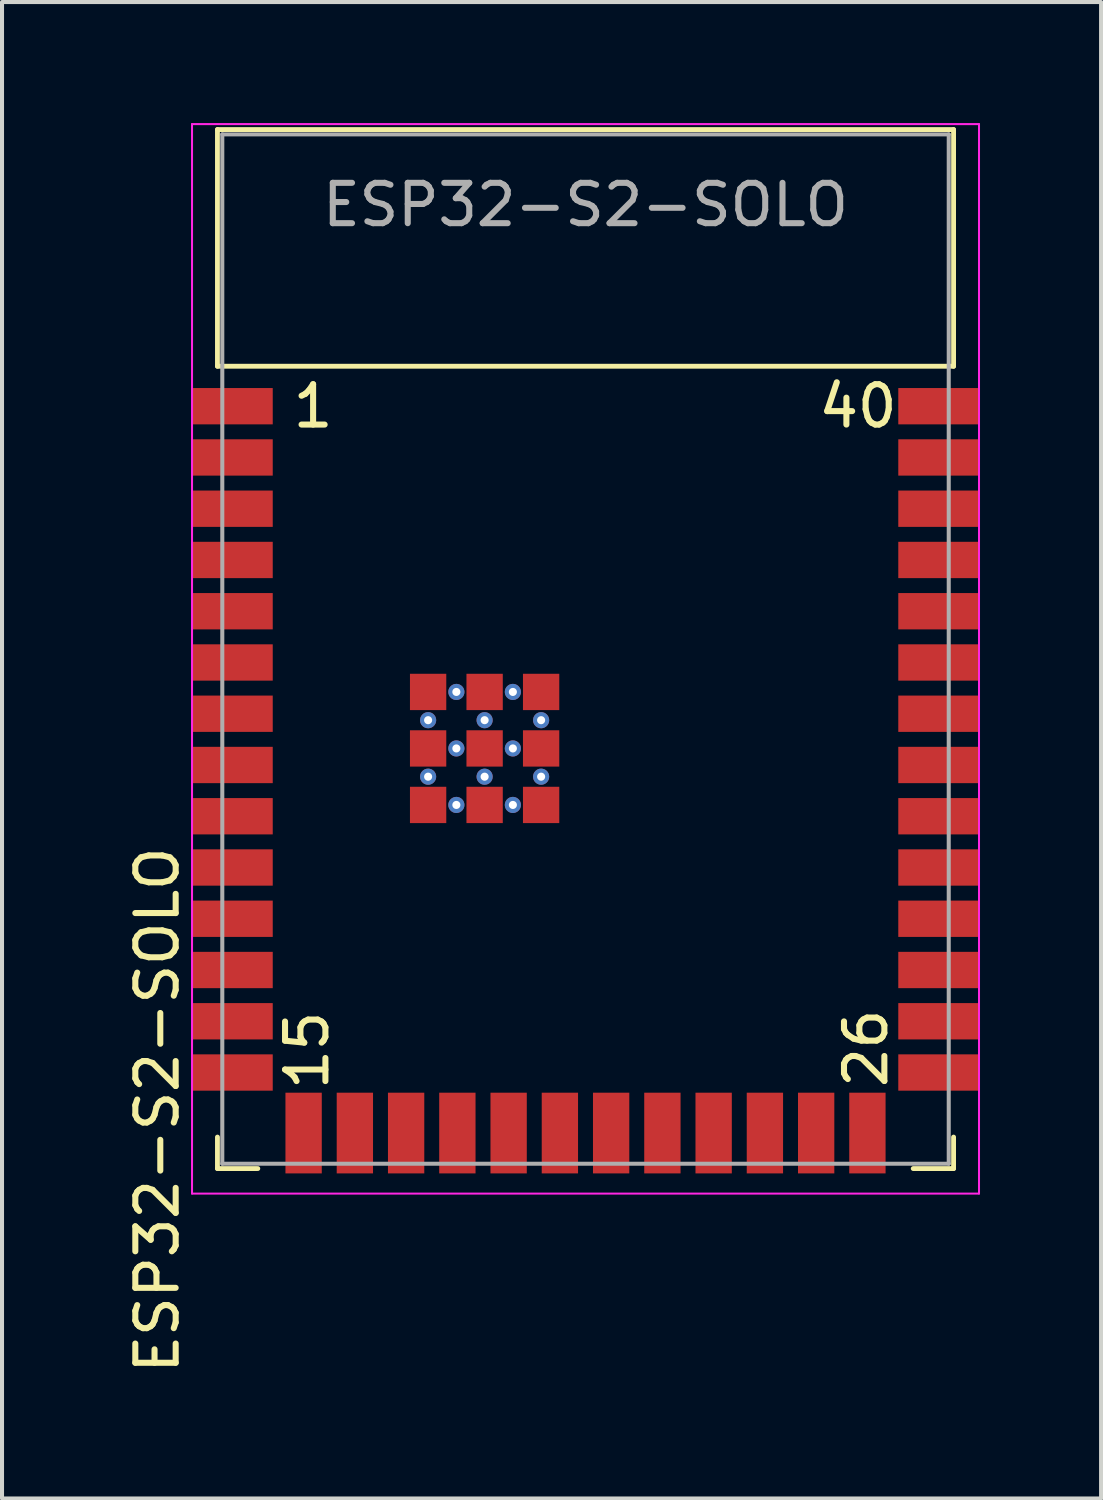
<source format=kicad_pcb>
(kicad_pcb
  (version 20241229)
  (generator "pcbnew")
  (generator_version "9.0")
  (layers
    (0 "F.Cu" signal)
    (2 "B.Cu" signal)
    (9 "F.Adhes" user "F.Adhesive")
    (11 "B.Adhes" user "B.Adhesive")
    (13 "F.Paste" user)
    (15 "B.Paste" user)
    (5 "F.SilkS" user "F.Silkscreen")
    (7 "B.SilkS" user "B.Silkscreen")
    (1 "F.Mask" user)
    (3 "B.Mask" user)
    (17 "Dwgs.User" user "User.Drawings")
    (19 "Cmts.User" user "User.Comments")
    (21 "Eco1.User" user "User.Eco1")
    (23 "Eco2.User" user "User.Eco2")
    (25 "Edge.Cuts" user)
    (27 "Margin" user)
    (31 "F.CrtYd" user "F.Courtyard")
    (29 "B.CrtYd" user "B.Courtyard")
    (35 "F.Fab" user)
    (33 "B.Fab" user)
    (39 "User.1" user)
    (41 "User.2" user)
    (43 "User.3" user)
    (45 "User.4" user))
  (footprint "ESP32-S2-SOLO"
    (layer "F.Cu")
    (at 11.458 16.025)
    (property "Reference" "ESP32-S2-SOLO" (at -10.61 8.43 90) (layer "F.SilkS") (effects (font (size 1 1) (thickness 0.15))))
    (attr smd)
    (fp_line (start -9.12 -15.865) (end -9.12 -10) (stroke (width 0.12) (type solid)) (layer "F.SilkS"))
    (fp_line (start -9.12 -15.865) (end 9.12 -15.865) (stroke (width 0.12) (type solid)) (layer "F.SilkS"))
    (fp_line (start -9.12 9.1) (end -9.12 9.88) (stroke (width 0.12) (type solid)) (layer "F.SilkS"))
    (fp_line (start -9.12 9.88) (end -8.12 9.88) (stroke (width 0.12) (type solid)) (layer "F.SilkS"))
    (fp_line (start 9.12 -15.865) (end 9.12 -10) (stroke (width 0.12) (type solid)) (layer "F.SilkS"))
    (fp_line (start 9.12 -10) (end -9.12 -10) (stroke (width 0.12) (type solid)) (layer "F.SilkS"))
    (fp_line (start 9.12 9.1) (end 9.12 9.88) (stroke (width 0.12) (type solid)) (layer "F.SilkS"))
    (fp_line (start 9.12 9.88) (end 8.12 9.88) (stroke (width 0.12) (type solid)) (layer "F.SilkS"))
    (fp_line (start -9.75 -16) (end 9.75 -16) (stroke (width 0.05) (type solid)) (layer "F.CrtYd"))
    (fp_line (start -9.75 10.5) (end -9.75 -16) (stroke (width 0.05) (type solid)) (layer "F.CrtYd"))
    (fp_line (start -9.75 10.5) (end 9.75 10.5) (stroke (width 0.05) (type solid)) (layer "F.CrtYd"))
    (fp_line (start 9.75 -16) (end 9.75 10.5) (stroke (width 0.05) (type solid)) (layer "F.CrtYd"))
    (fp_line (start -9 -15.745) (end -9 9.76) (stroke (width 0.1) (type solid)) (layer "F.Fab"))
    (fp_line (start -9 -15.745) (end 9 -15.745) (stroke (width 0.1) (type solid)) (layer "F.Fab"))
    (fp_line (start -9 9.76) (end 9 9.76) (stroke (width 0.1) (type solid)) (layer "F.Fab"))
    (fp_line (start 9 9.76) (end 9 -15.745) (stroke (width 0.1) (type solid)) (layer "F.Fab"))
    (fp_text user "40" (at 6.75 -9.01 0) (layer "F.SilkS") (effects (font (size 1 1) (thickness 0.15))))
    (fp_text user "1" (at -6.75 -9.01 0) (layer "F.SilkS") (effects (font (size 1 1) (thickness 0.15))))
    (fp_text user "26" (at 6.95 6.9 90) (layer "F.SilkS") (effects (font (size 1 1) (thickness 0.15))))
    (fp_text user "15" (at -6.9 6.95 90) (layer "F.SilkS") (effects (font (size 1 1) (thickness 0.15))))
    (fp_text user "${REFERENCE}" (at 0 -14 0) (layer "F.Fab") (effects (font (size 1 1) (thickness 0.15))))
    (pad "" thru_hole circle (at -3.9 -1.23) (size 0.4 0.4) (drill 0.2) (layers "*.Cu" "*.Mask"))
    (pad "" thru_hole circle (at -3.9 0.17) (size 0.4 0.4) (drill 0.2) (layers "*.Cu" "*.Mask"))
    (pad "" thru_hole circle (at -3.2 -1.93) (size 0.4 0.4) (drill 0.2) (layers "*.Cu" "*.Mask"))
    (pad "" thru_hole circle (at -3.2 -0.53) (size 0.4 0.4) (drill 0.2) (layers "*.Cu" "*.Mask"))
    (pad "" thru_hole circle (at -3.2 0.87) (size 0.4 0.4) (drill 0.2) (layers "*.Cu" "*.Mask"))
    (pad "" thru_hole circle (at -2.5 -1.23) (size 0.4 0.4) (drill 0.2) (layers "*.Cu" "*.Mask"))
    (pad "" thru_hole circle (at -2.5 0.17) (size 0.4 0.4) (drill 0.2) (layers "*.Cu" "*.Mask"))
    (pad "" thru_hole circle (at -1.8 -1.93) (size 0.4 0.4) (drill 0.2) (layers "*.Cu" "*.Mask"))
    (pad "" thru_hole circle (at -1.8 -0.53) (size 0.4 0.4) (drill 0.2) (layers "*.Cu" "*.Mask"))
    (pad "" thru_hole circle (at -1.8 0.87) (size 0.4 0.4) (drill 0.2) (layers "*.Cu" "*.Mask"))
    (pad "" thru_hole circle (at -1.1 -1.23) (size 0.4 0.4) (drill 0.2) (layers "*.Cu" "*.Mask"))
    (pad "" thru_hole circle (at -1.1 0.17) (size 0.4 0.4) (drill 0.2) (layers "*.Cu" "*.Mask"))
    (pad "1" smd rect (at -8.75 -9.01) (size 2 0.9) (layers "F.Cu" "F.Mask" "F.Paste"))
    (pad "2" smd rect (at -8.75 -7.74) (size 2 0.9) (layers "F.Cu" "F.Mask" "F.Paste"))
    (pad "3" smd rect (at -8.75 -6.47) (size 2 0.9) (layers "F.Cu" "F.Mask" "F.Paste"))
    (pad "4" smd rect (at -8.75 -5.2) (size 2 0.9) (layers "F.Cu" "F.Mask" "F.Paste"))
    (pad "5" smd rect (at -8.75 -3.93) (size 2 0.9) (layers "F.Cu" "F.Mask" "F.Paste"))
    (pad "6" smd rect (at -8.75 -2.66) (size 2 0.9) (layers "F.Cu" "F.Mask" "F.Paste"))
    (pad "7" smd rect (at -8.75 -1.39) (size 2 0.9) (layers "F.Cu" "F.Mask" "F.Paste"))
    (pad "8" smd rect (at -8.75 -0.12) (size 2 0.9) (layers "F.Cu" "F.Mask" "F.Paste"))
    (pad "9" smd rect (at -8.75 1.15) (size 2 0.9) (layers "F.Cu" "F.Mask" "F.Paste"))
    (pad "10" smd rect (at -8.75 2.42) (size 2 0.9) (layers "F.Cu" "F.Mask" "F.Paste"))
    (pad "11" smd rect (at -8.75 3.69) (size 2 0.9) (layers "F.Cu" "F.Mask" "F.Paste"))
    (pad "12" smd rect (at -8.75 4.96) (size 2 0.9) (layers "F.Cu" "F.Mask" "F.Paste"))
    (pad "13" smd rect (at -8.75 6.23) (size 2 0.9) (layers "F.Cu" "F.Mask" "F.Paste"))
    (pad "14" smd rect (at -8.75 7.5) (size 2 0.9) (layers "F.Cu" "F.Mask" "F.Paste"))
    (pad "15" smd rect (at -6.985 9 90) (size 2 0.9) (layers "F.Cu" "F.Mask" "F.Paste"))
    (pad "16" smd rect (at -5.715 9 90) (size 2 0.9) (layers "F.Cu" "F.Mask" "F.Paste"))
    (pad "17" smd rect (at -4.445 9 90) (size 2 0.9) (layers "F.Cu" "F.Mask" "F.Paste"))
    (pad "18" smd rect (at -3.175 9 90) (size 2 0.9) (layers "F.Cu" "F.Mask" "F.Paste"))
    (pad "19" smd rect (at -1.905 9 90) (size 2 0.9) (layers "F.Cu" "F.Mask" "F.Paste"))
    (pad "20" smd rect (at -0.635 9 90) (size 2 0.9) (layers "F.Cu" "F.Mask" "F.Paste"))
    (pad "21" smd rect (at 0.635 9 90) (size 2 0.9) (layers "F.Cu" "F.Mask" "F.Paste"))
    (pad "22" smd rect (at 1.905 9 90) (size 2 0.9) (layers "F.Cu" "F.Mask" "F.Paste"))
    (pad "23" smd rect (at 3.175 9 90) (size 2 0.9) (layers "F.Cu" "F.Mask" "F.Paste"))
    (pad "24" smd rect (at 4.445 9 90) (size 2 0.9) (layers "F.Cu" "F.Mask" "F.Paste"))
    (pad "25" smd rect (at 5.715 9 90) (size 2 0.9) (layers "F.Cu" "F.Mask" "F.Paste"))
    (pad "26" smd rect (at 6.985 9 90) (size 2 0.9) (layers "F.Cu" "F.Mask" "F.Paste"))
    (pad "27" smd rect (at 8.75 7.5) (size 2 0.9) (layers "F.Cu" "F.Mask" "F.Paste"))
    (pad "28" smd rect (at 8.75 6.23) (size 2 0.9) (layers "F.Cu" "F.Mask" "F.Paste"))
    (pad "29" smd rect (at 8.75 4.96) (size 2 0.9) (layers "F.Cu" "F.Mask" "F.Paste"))
    (pad "30" smd rect (at 8.75 3.69) (size 2 0.9) (layers "F.Cu" "F.Mask" "F.Paste"))
    (pad "31" smd rect (at 8.75 2.42) (size 2 0.9) (layers "F.Cu" "F.Mask" "F.Paste"))
    (pad "32" smd rect (at 8.75 1.15) (size 2 0.9) (layers "F.Cu" "F.Mask" "F.Paste"))
    (pad "33" smd rect (at 8.75 -0.12) (size 2 0.9) (layers "F.Cu" "F.Mask" "F.Paste"))
    (pad "34" smd rect (at 8.75 -1.39) (size 2 0.9) (layers "F.Cu" "F.Mask" "F.Paste"))
    (pad "35" smd rect (at 8.75 -2.66) (size 2 0.9) (layers "F.Cu" "F.Mask" "F.Paste"))
    (pad "36" smd rect (at 8.75 -3.93) (size 2 0.9) (layers "F.Cu" "F.Mask" "F.Paste"))
    (pad "37" smd rect (at 8.75 -5.2) (size 2 0.9) (layers "F.Cu" "F.Mask" "F.Paste"))
    (pad "38" smd rect (at 8.75 -6.47) (size 2 0.9) (layers "F.Cu" "F.Mask" "F.Paste"))
    (pad "39" smd rect (at -3.9 -1.93) (size 0.9 0.9) (layers "F.Cu" "F.Mask" "F.Paste"))
    (pad "39" smd rect (at -3.9 -0.53) (size 0.9 0.9) (layers "F.Cu" "F.Mask" "F.Paste"))
    (pad "39" smd rect (at -3.9 0.87) (size 0.9 0.9) (layers "F.Cu" "F.Mask" "F.Paste"))
    (pad "39" smd rect (at -2.5 -1.93) (size 0.9 0.9) (layers "F.Cu" "F.Mask" "F.Paste"))
    (pad "39" smd rect (at -2.5 -0.53) (size 0.9 0.9) (layers "F.Cu" "F.Mask" "F.Paste"))
    (pad "39" smd rect (at -2.5 0.87) (size 0.9 0.9) (layers "F.Cu" "F.Mask" "F.Paste"))
    (pad "39" smd rect (at -1.1 -1.93) (size 0.9 0.9) (layers "F.Cu" "F.Mask" "F.Paste"))
    (pad "39" smd rect (at -1.1 -0.53) (size 0.9 0.9) (layers "F.Cu" "F.Mask" "F.Paste"))
    (pad "39" smd rect (at -1.1 0.87) (size 0.9 0.9) (layers "F.Cu" "F.Mask" "F.Paste"))
    (pad "39" smd rect (at 8.75 -7.74) (size 2 0.9) (layers "F.Cu" "F.Mask" "F.Paste"))
    (pad "40" smd rect (at 8.75 -9.01) (size 2 0.9) (layers "F.Cu" "F.Mask" "F.Paste")))
  (gr_rect
    (start -3 -3)
    (end 24.233 34.08)
    (stroke (width 0.1) (type default))
    (fill no)
    (layer "Edge.Cuts")))
</source>
